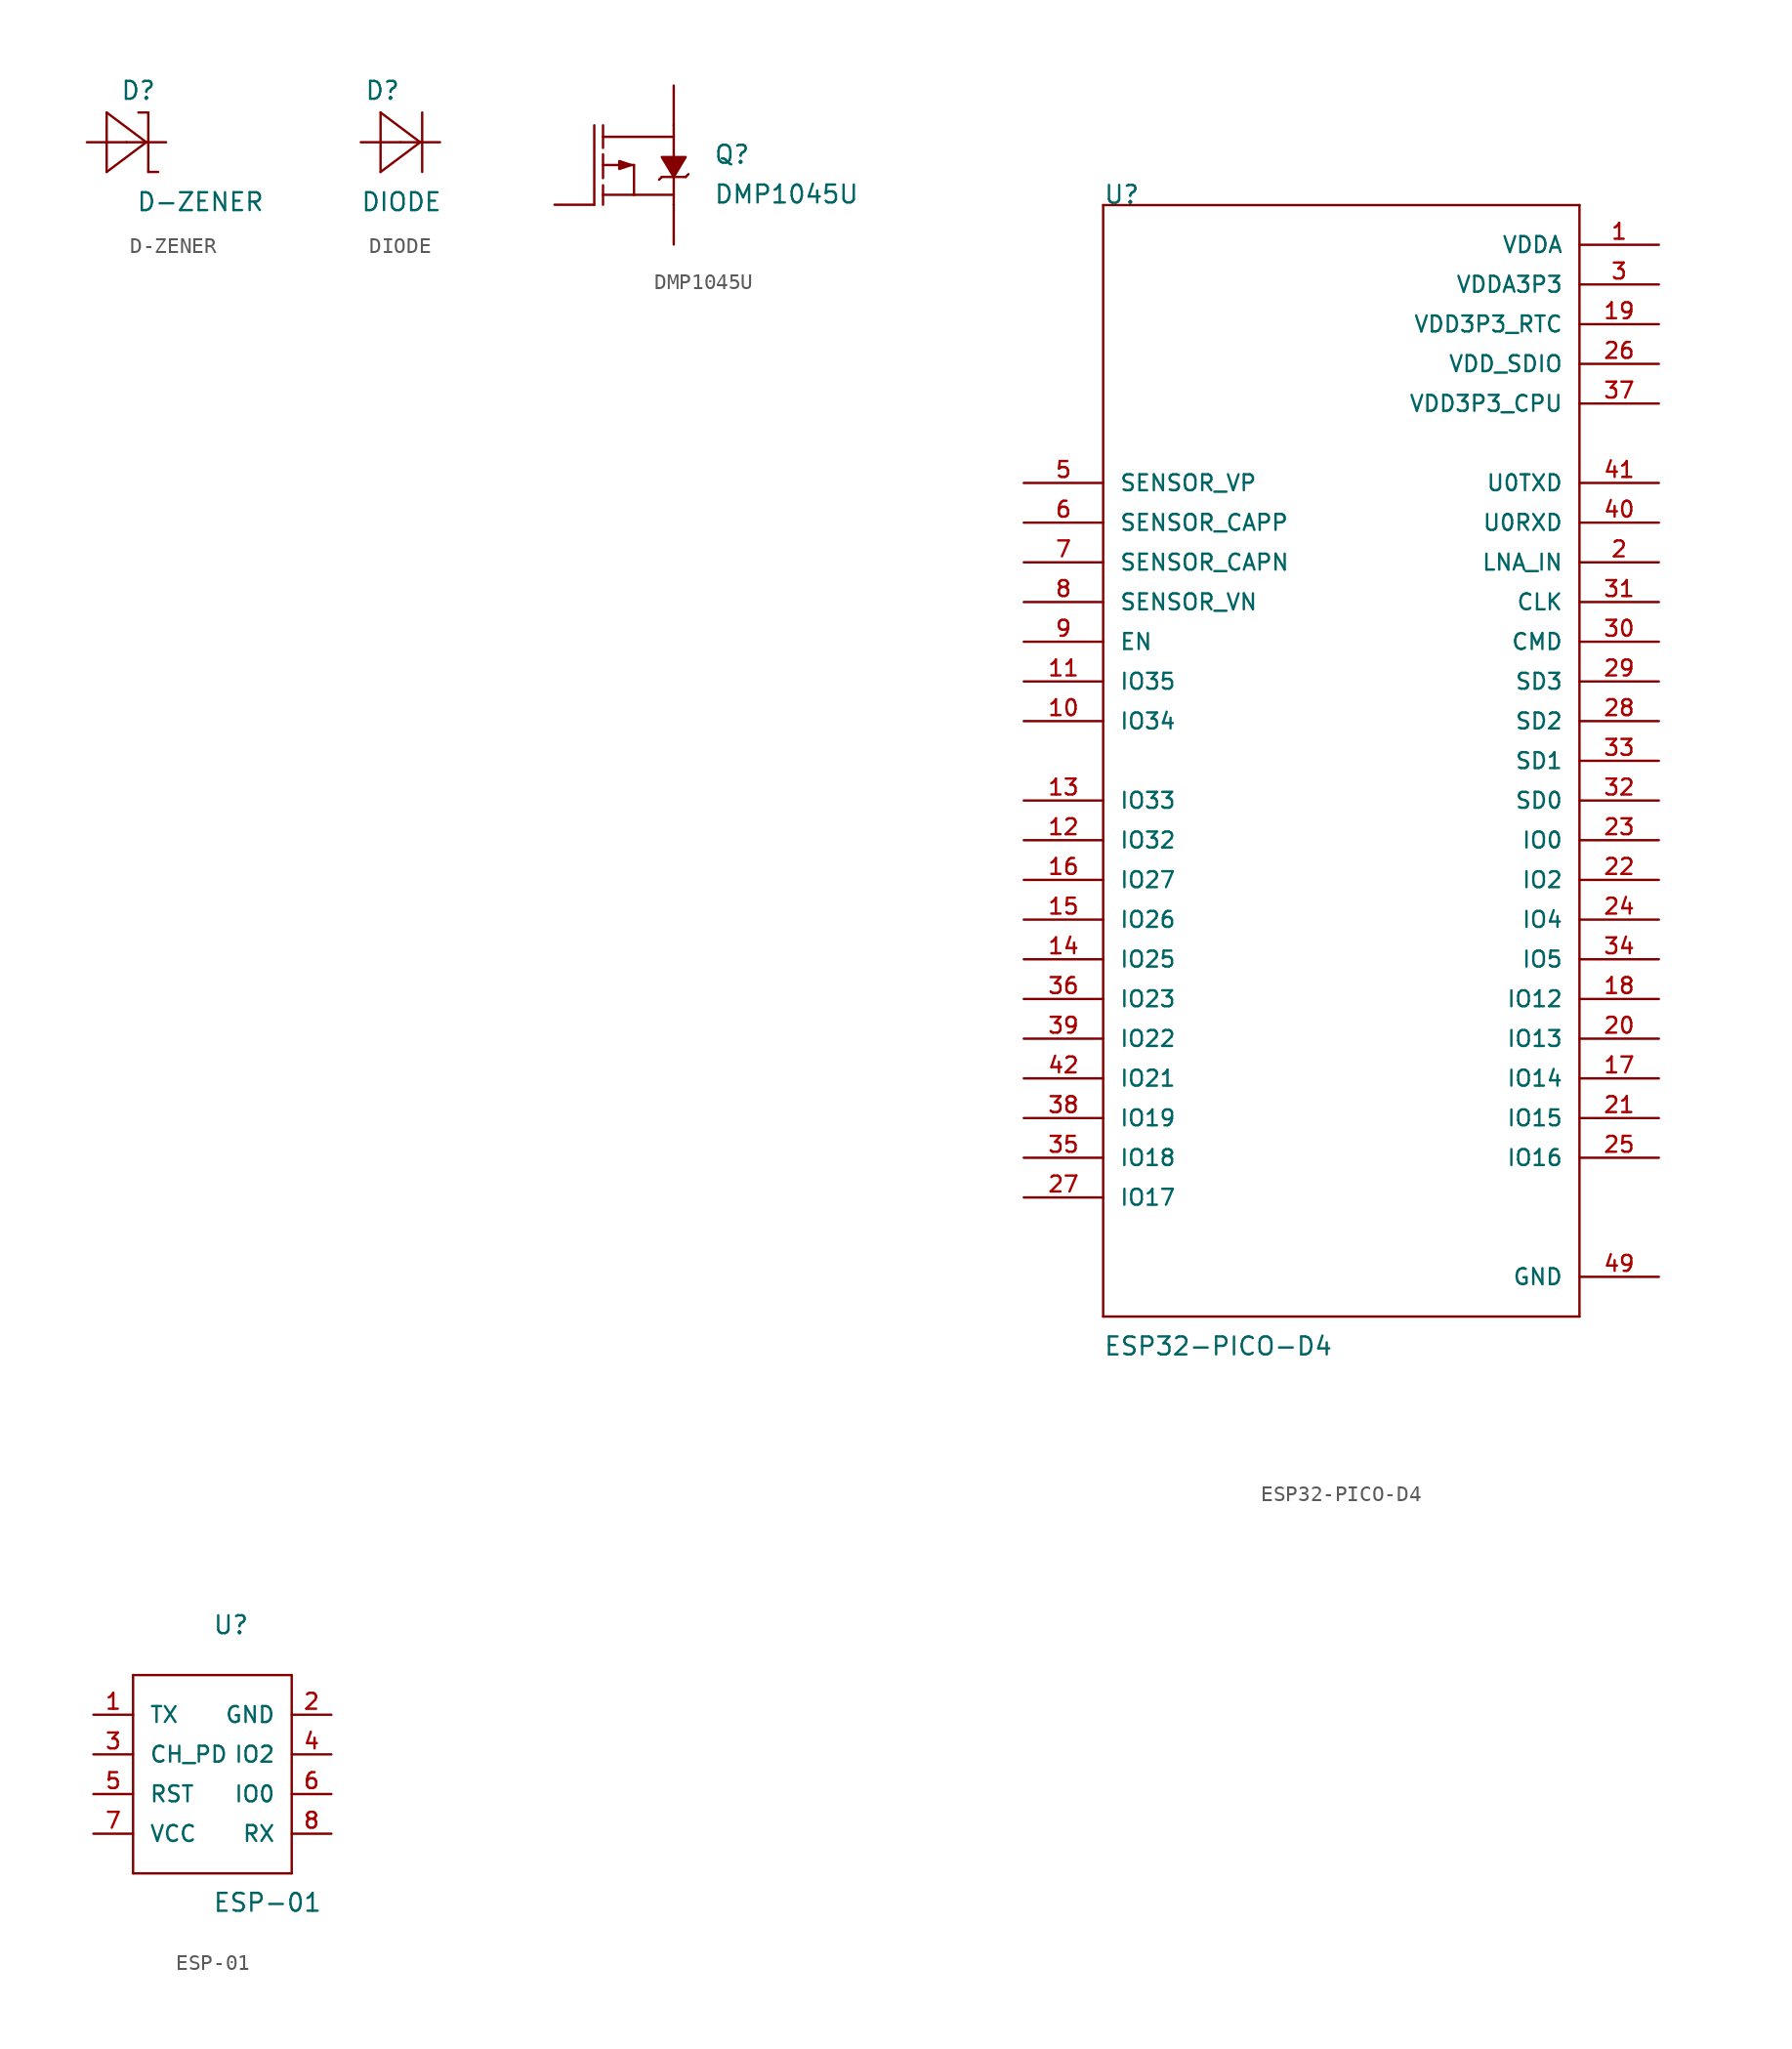
<source format=kicad_sym>
(kicad_symbol_lib
  (version 20211014)
  (generator kicad_symbol_editor)
  (symbol "D-ZENER"
    (pin_numbers hide)
    (pin_names
      (offset 1.016) hide)
    (property "Reference" "D"
      (at -0.406 2.642 0)
      (effects (font (size 1.143 1.143)) (justify left bottom)))
    (property "Value" "D-ZENER"
      (at 0.61 -4.496 0)
      (effects (font (size 1.143 1.143)) (justify left bottom)))
    (property "ki_locked" ""
      (at 0 0 0)
      (effects (font (size 1.27 1.27))))
    (symbol "D-ZENER_1_0"
      (polyline (pts (xy -1.27 -1.905) (xy 1.27 0)) (stroke (width 0) (type default) (color 0 0 0 0)) (fill (type none)))
      (polyline (pts (xy -1.27 1.905) (xy -1.27 -1.905)) (stroke (width 0) (type default) (color 0 0 0 0)) (fill (type none)))
      (polyline (pts (xy 1.27 0) (xy -1.27 1.905)) (stroke (width 0) (type default) (color 0 0 0 0)) (fill (type none)))
      (polyline (pts (xy 1.397 -1.905) (xy 2.032 -1.905)) (stroke (width 0) (type default) (color 0 0 0 0)) (fill (type none)))
      (polyline (pts (xy 1.397 1.905) (xy 0.762 1.905)) (stroke (width 0) (type default) (color 0 0 0 0)) (fill (type none)))
      (polyline (pts (xy 1.397 1.905) (xy 1.397 -1.905)) (stroke (width 0) (type default) (color 0 0 0 0)) (fill (type none))))
    (symbol "D-ZENER_1_1"
      (pin passive line (at -2.54 0 0) (length 2.54) (name "A" (effects (font (size 1.016 1.016)))) (number "A" (effects (font (size 1.016 1.016)))))
      (pin passive line (at 2.54 0 180) (length 2.54) (name "C" (effects (font (size 1.016 1.016)))) (number "C" (effects (font (size 1.016 1.016)))))))
  (symbol "DIODE"
    (pin_numbers hide)
    (pin_names
      (offset 1.016) hide)
    (property "Reference" "D"
      (at -2.311 2.642 0)
      (effects (font (size 1.143 1.143)) (justify left bottom)))
    (property "Value" "DIODE"
      (at -2.565 -4.496 0)
      (effects (font (size 1.143 1.143)) (justify left bottom)))
    (property "ki_locked" ""
      (at 0 0 0)
      (effects (font (size 1.27 1.27))))
    (symbol "DIODE_1_0"
      (polyline (pts (xy -1.27 -1.905) (xy 1.27 0)) (stroke (width 0) (type default) (color 0 0 0 0)) (fill (type none)))
      (polyline (pts (xy -1.27 1.905) (xy -1.27 -1.905)) (stroke (width 0) (type default) (color 0 0 0 0)) (fill (type none)))
      (polyline (pts (xy 1.27 0) (xy -1.27 1.905)) (stroke (width 0) (type default) (color 0 0 0 0)) (fill (type none)))
      (polyline (pts (xy 1.397 1.905) (xy 1.397 -1.905)) (stroke (width 0) (type default) (color 0 0 0 0)) (fill (type none))))
    (symbol "DIODE_1_1"
      (pin passive line (at -2.54 0 0) (length 2.54) (name "A" (effects (font (size 1.016 1.016)))) (number "A" (effects (font (size 1.016 1.016)))))
      (pin passive line (at 2.54 0 180) (length 2.54) (name "C" (effects (font (size 1.016 1.016)))) (number "C" (effects (font (size 1.016 1.016)))))))
  (symbol "DMP1045U"
    (pin_numbers hide)
    (pin_names
      (offset 1.016) hide)
    (property "Reference" "Q"
      (at 5.08 0 0)
      (effects (font (size 1.143 1.143)) (justify left bottom)))
    (property "Value" "DMP1045U"
      (at 5.08 -2.54 0)
      (effects (font (size 1.143 1.143)) (justify left bottom)))
    (property "ki_locked" ""
      (at 0 0 0)
      (effects (font (size 1.27 1.27))))
    (symbol "DMP1045U_1_0"
      (polyline (pts (xy -2.54 -2.54) (xy -2.54 2.54)) (stroke (width 0) (type default) (color 0 0 0 0)) (fill (type none)))
      (polyline (pts (xy -1.981 -1.905) (xy -1.981 -2.54)) (stroke (width 0) (type default) (color 0 0 0 0)) (fill (type none)))
      (polyline (pts (xy -1.981 -1.905) (xy 0 -1.905)) (stroke (width 0) (type default) (color 0 0 0 0)) (fill (type none)))
      (polyline (pts (xy -1.981 -1.295) (xy -1.981 -1.905)) (stroke (width 0) (type default) (color 0 0 0 0)) (fill (type none)))
      (polyline (pts (xy -1.981 0) (xy -1.981 -0.838)) (stroke (width 0) (type default) (color 0 0 0 0)) (fill (type none)))
      (polyline (pts (xy -1.981 0.686) (xy -1.981 0)) (stroke (width 0) (type default) (color 0 0 0 0)) (fill (type none)))
      (polyline (pts (xy -1.981 1.803) (xy -1.981 1.092)) (stroke (width 0) (type default) (color 0 0 0 0)) (fill (type none)))
      (polyline (pts (xy -1.981 1.803) (xy 2.54 1.803)) (stroke (width 0) (type default) (color 0 0 0 0)) (fill (type none)))
      (polyline (pts (xy -1.981 2.54) (xy -1.981 1.803)) (stroke (width 0) (type default) (color 0 0 0 0)) (fill (type none)))
      (polyline (pts (xy 0 -1.905) (xy 0 0)) (stroke (width 0) (type default) (color 0 0 0 0)) (fill (type none)))
      (polyline (pts (xy 0 0) (xy -1.981 0)) (stroke (width 0) (type default) (color 0 0 0 0)) (fill (type none)))
      (polyline (pts (xy 1.778 -0.762) (xy 1.6 -0.94)) (stroke (width 0) (type default) (color 0 0 0 0)) (fill (type none)))
      (polyline (pts (xy 1.778 -0.762) (xy 3.302 -0.762)) (stroke (width 0) (type default) (color 0 0 0 0)) (fill (type none)))
      (polyline (pts (xy 2.54 -2.54) (xy 2.54 -1.905)) (stroke (width 0) (type default) (color 0 0 0 0)) (fill (type none)))
      (polyline (pts (xy 2.54 -1.905) (xy 0 -1.905)) (stroke (width 0) (type default) (color 0 0 0 0)) (fill (type none)))
      (polyline (pts (xy 2.54 -1.905) (xy 2.54 -0.787)) (stroke (width 0) (type default) (color 0 0 0 0)) (fill (type none)))
      (polyline (pts (xy 2.54 1.803) (xy 2.54 0.584)) (stroke (width 0) (type default) (color 0 0 0 0)) (fill (type none)))
      (polyline (pts (xy 2.54 2.54) (xy 2.54 1.803)) (stroke (width 0) (type default) (color 0 0 0 0)) (fill (type none)))
      (polyline (pts (xy 3.48 -0.584) (xy 3.302 -0.762)) (stroke (width 0) (type default) (color 0 0 0 0)) (fill (type none))))
    (symbol "DMP1045U_1_1"
      (polyline (pts (xy -0.178 0) (xy -0.94 -0.254) (xy -0.94 -0.254) (xy -0.94 0.254) (xy -0.94 0.254) (xy -0.178 0)) (stroke (width 0) (type default) (color 0 0 0 0)) (fill (type outline)))
      (polyline (pts (xy 3.302 0.508) (xy 2.54 -0.762) (xy 2.54 -0.762) (xy 1.778 0.508) (xy 1.778 0.508) (xy 3.302 0.508)) (stroke (width 0) (type default) (color 0 0 0 0)) (fill (type outline)))
      (pin bidirectional line (at -5.08 -2.54 0) (length 2.54) (name "G" (effects (font (size 1.016 1.016)))) (number "1" (effects (font (size 1.016 1.016)))))
      (pin bidirectional line (at 2.54 -5.08 90) (length 2.54) (name "S" (effects (font (size 1.016 1.016)))) (number "2" (effects (font (size 1.016 1.016)))))
      (pin bidirectional line (at 2.54 5.08 270) (length 2.54) (name "D" (effects (font (size 1.016 1.016)))) (number "3" (effects (font (size 1.016 1.016)))))))
  (symbol "ESP32-PICO-D4"
    (pin_names
      (offset 1.016))
    (property "Reference" "U"
      (at -15.24 35.56 0)
      (effects (font (size 1.143 1.143)) (justify left bottom)))
    (property "Value" "ESP32-PICO-D4"
      (at -15.24 -38.125 0)
      (effects (font (size 1.143 1.143)) (justify left bottom)))
    (property "ki_locked" ""
      (at 0 0 0)
      (effects (font (size 1.27 1.27))))
    (symbol "ESP32-PICO-D4_1_0"
      (polyline (pts (xy -15.24 -35.56) (xy -15.24 35.56)) (stroke (width 0) (type default) (color 0 0 0 0)) (fill (type none)))
      (polyline (pts (xy -15.24 35.56) (xy 15.24 35.56)) (stroke (width 0) (type default) (color 0 0 0 0)) (fill (type none)))
      (polyline (pts (xy 15.24 -35.56) (xy -15.24 -35.56)) (stroke (width 0) (type default) (color 0 0 0 0)) (fill (type none)))
      (polyline (pts (xy 15.24 35.56) (xy 15.24 -35.56)) (stroke (width 0) (type default) (color 0 0 0 0)) (fill (type none))))
    (symbol "ESP32-PICO-D4_1_1"
      (pin power_in line (at 20.32 33.02 180) (length 5.08) (name "VDDA" (effects (font (size 1.016 1.016)))) (number "1" (effects (font (size 1.016 1.016)))))
      (pin input line (at -20.32 2.54 0) (length 5.08) (name "IO34" (effects (font (size 1.016 1.016)))) (number "10" (effects (font (size 1.016 1.016)))))
      (pin input line (at -20.32 5.08 0) (length 5.08) (name "IO35" (effects (font (size 1.016 1.016)))) (number "11" (effects (font (size 1.016 1.016)))))
      (pin bidirectional line (at -20.32 -5.08 0) (length 5.08) (name "IO32" (effects (font (size 1.016 1.016)))) (number "12" (effects (font (size 1.016 1.016)))))
      (pin bidirectional line (at -20.32 -2.54 0) (length 5.08) (name "IO33" (effects (font (size 1.016 1.016)))) (number "13" (effects (font (size 1.016 1.016)))))
      (pin bidirectional line (at -20.32 -12.7 0) (length 5.08) (name "IO25" (effects (font (size 1.016 1.016)))) (number "14" (effects (font (size 1.016 1.016)))))
      (pin bidirectional line (at -20.32 -10.16 0) (length 5.08) (name "IO26" (effects (font (size 1.016 1.016)))) (number "15" (effects (font (size 1.016 1.016)))))
      (pin bidirectional line (at -20.32 -7.62 0) (length 5.08) (name "IO27" (effects (font (size 1.016 1.016)))) (number "16" (effects (font (size 1.016 1.016)))))
      (pin bidirectional line (at 20.32 -20.32 180) (length 5.08) (name "IO14" (effects (font (size 1.016 1.016)))) (number "17" (effects (font (size 1.016 1.016)))))
      (pin bidirectional line (at 20.32 -15.24 180) (length 5.08) (name "IO12" (effects (font (size 1.016 1.016)))) (number "18" (effects (font (size 1.016 1.016)))))
      (pin power_in line (at 20.32 27.94 180) (length 5.08) (name "VDD3P3_RTC" (effects (font (size 1.016 1.016)))) (number "19" (effects (font (size 1.016 1.016)))))
      (pin bidirectional line (at 20.32 12.7 180) (length 5.08) (name "LNA_IN" (effects (font (size 1.016 1.016)))) (number "2" (effects (font (size 1.016 1.016)))))
      (pin bidirectional line (at 20.32 -17.78 180) (length 5.08) (name "IO13" (effects (font (size 1.016 1.016)))) (number "20" (effects (font (size 1.016 1.016)))))
      (pin bidirectional line (at 20.32 -22.86 180) (length 5.08) (name "IO15" (effects (font (size 1.016 1.016)))) (number "21" (effects (font (size 1.016 1.016)))))
      (pin bidirectional line (at 20.32 -7.62 180) (length 5.08) (name "IO2" (effects (font (size 1.016 1.016)))) (number "22" (effects (font (size 1.016 1.016)))))
      (pin bidirectional line (at 20.32 -5.08 180) (length 5.08) (name "IO0" (effects (font (size 1.016 1.016)))) (number "23" (effects (font (size 1.016 1.016)))))
      (pin bidirectional line (at 20.32 -10.16 180) (length 5.08) (name "IO4" (effects (font (size 1.016 1.016)))) (number "24" (effects (font (size 1.016 1.016)))))
      (pin bidirectional line (at 20.32 -25.4 180) (length 5.08) (name "IO16" (effects (font (size 1.016 1.016)))) (number "25" (effects (font (size 1.016 1.016)))))
      (pin power_in line (at 20.32 25.4 180) (length 5.08) (name "VDD_SDIO" (effects (font (size 1.016 1.016)))) (number "26" (effects (font (size 1.016 1.016)))))
      (pin bidirectional line (at -20.32 -27.94 0) (length 5.08) (name "IO17" (effects (font (size 1.016 1.016)))) (number "27" (effects (font (size 1.016 1.016)))))
      (pin bidirectional line (at 20.32 2.54 180) (length 5.08) (name "SD2" (effects (font (size 1.016 1.016)))) (number "28" (effects (font (size 1.016 1.016)))))
      (pin bidirectional line (at 20.32 5.08 180) (length 5.08) (name "SD3" (effects (font (size 1.016 1.016)))) (number "29" (effects (font (size 1.016 1.016)))))
      (pin power_in line (at 20.32 30.48 180) (length 5.08) (name "VDDA3P3" (effects (font (size 1.016 1.016)))) (number "3" (effects (font (size 1.016 1.016)))))
      (pin bidirectional line (at 20.32 7.62 180) (length 5.08) (name "CMD" (effects (font (size 1.016 1.016)))) (number "30" (effects (font (size 1.016 1.016)))))
      (pin bidirectional line (at 20.32 10.16 180) (length 5.08) (name "CLK" (effects (font (size 1.016 1.016)))) (number "31" (effects (font (size 1.016 1.016)))))
      (pin bidirectional line (at 20.32 -2.54 180) (length 5.08) (name "SD0" (effects (font (size 1.016 1.016)))) (number "32" (effects (font (size 1.016 1.016)))))
      (pin bidirectional line (at 20.32 0 180) (length 5.08) (name "SD1" (effects (font (size 1.016 1.016)))) (number "33" (effects (font (size 1.016 1.016)))))
      (pin bidirectional line (at 20.32 -12.7 180) (length 5.08) (name "IO5" (effects (font (size 1.016 1.016)))) (number "34" (effects (font (size 1.016 1.016)))))
      (pin bidirectional line (at -20.32 -25.4 0) (length 5.08) (name "IO18" (effects (font (size 1.016 1.016)))) (number "35" (effects (font (size 1.016 1.016)))))
      (pin bidirectional line (at -20.32 -15.24 0) (length 5.08) (name "IO23" (effects (font (size 1.016 1.016)))) (number "36" (effects (font (size 1.016 1.016)))))
      (pin power_in line (at 20.32 22.86 180) (length 5.08) (name "VDD3P3_CPU" (effects (font (size 1.016 1.016)))) (number "37" (effects (font (size 1.016 1.016)))))
      (pin bidirectional line (at -20.32 -22.86 0) (length 5.08) (name "IO19" (effects (font (size 1.016 1.016)))) (number "38" (effects (font (size 1.016 1.016)))))
      (pin bidirectional line (at -20.32 -17.78 0) (length 5.08) (name "IO22" (effects (font (size 1.016 1.016)))) (number "39" (effects (font (size 1.016 1.016)))))
      (pin power_in line (at 20.32 30.48 180) (length 5.08) hide (name "VDDA3P3" (effects (font (size 1.016 1.016)))) (number "4" (effects (font (size 1.016 1.016)))))
      (pin bidirectional line (at 20.32 15.24 180) (length 5.08) (name "U0RXD" (effects (font (size 1.016 1.016)))) (number "40" (effects (font (size 1.016 1.016)))))
      (pin bidirectional line (at 20.32 17.78 180) (length 5.08) (name "U0TXD" (effects (font (size 1.016 1.016)))) (number "41" (effects (font (size 1.016 1.016)))))
      (pin bidirectional line (at -20.32 -20.32 0) (length 5.08) (name "IO21" (effects (font (size 1.016 1.016)))) (number "42" (effects (font (size 1.016 1.016)))))
      (pin power_in line (at 20.32 33.02 180) (length 5.08) hide (name "VDDA" (effects (font (size 1.016 1.016)))) (number "43" (effects (font (size 1.016 1.016)))))
      (pin power_in line (at 20.32 33.02 180) (length 5.08) hide (name "VDDA" (effects (font (size 1.016 1.016)))) (number "46" (effects (font (size 1.016 1.016)))))
      (pin power_in line (at 20.32 -33.02 180) (length 5.08) (name "GND" (effects (font (size 1.016 1.016)))) (number "49" (effects (font (size 1.016 1.016)))))
      (pin input line (at -20.32 17.78 0) (length 5.08) (name "SENSOR_VP" (effects (font (size 1.016 1.016)))) (number "5" (effects (font (size 1.016 1.016)))))
      (pin input line (at -20.32 15.24 0) (length 5.08) (name "SENSOR_CAPP" (effects (font (size 1.016 1.016)))) (number "6" (effects (font (size 1.016 1.016)))))
      (pin input line (at -20.32 12.7 0) (length 5.08) (name "SENSOR_CAPN" (effects (font (size 1.016 1.016)))) (number "7" (effects (font (size 1.016 1.016)))))
      (pin input line (at -20.32 10.16 0) (length 5.08) (name "SENSOR_VN" (effects (font (size 1.016 1.016)))) (number "8" (effects (font (size 1.016 1.016)))))
      (pin input line (at -20.32 7.62 0) (length 5.08) (name "EN" (effects (font (size 1.016 1.016)))) (number "9" (effects (font (size 1.016 1.016)))))))
  (symbol "ESP-01"
    (pin_names
      (offset 1.016))
    (property "Reference" "U"
      (at -5.08 15.24 0)
      (effects (font (size 1.143 1.143)) (justify left bottom)))
    (property "Value" "ESP-01"
      (at -5.08 -2.54 0)
      (effects (font (size 1.143 1.143)) (justify left bottom)))
    (property "ki_locked" ""
      (at 0 0 0)
      (effects (font (size 1.27 1.27))))
    (symbol "ESP-01_1_0"
      (polyline (pts (xy -10.16 0) (xy -10.16 12.7)) (stroke (width 0) (type default) (color 0 0 0 0)) (fill (type none)))
      (polyline (pts (xy -10.16 12.7) (xy 0 12.7)) (stroke (width 0) (type default) (color 0 0 0 0)) (fill (type none)))
      (polyline (pts (xy 0 0) (xy -10.16 0)) (stroke (width 0) (type default) (color 0 0 0 0)) (fill (type none)))
      (polyline (pts (xy 0 12.7) (xy 0 0)) (stroke (width 0) (type default) (color 0 0 0 0)) (fill (type none))))
    (symbol "ESP-01_1_1"
      (pin bidirectional line (at -12.7 10.16 0) (length 2.54) (name "TX" (effects (font (size 1.016 1.016)))) (number "1" (effects (font (size 1.016 1.016)))))
      (pin power_in line (at 2.54 10.16 180) (length 2.54) (name "GND" (effects (font (size 1.016 1.016)))) (number "2" (effects (font (size 1.016 1.016)))))
      (pin passive line (at -12.7 7.62 0) (length 2.54) (name "CH_PD" (effects (font (size 1.016 1.016)))) (number "3" (effects (font (size 1.016 1.016)))))
      (pin bidirectional line (at 2.54 7.62 180) (length 2.54) (name "IO2" (effects (font (size 1.016 1.016)))) (number "4" (effects (font (size 1.016 1.016)))))
      (pin passive line (at -12.7 5.08 0) (length 2.54) (name "RST" (effects (font (size 1.016 1.016)))) (number "5" (effects (font (size 1.016 1.016)))))
      (pin bidirectional line (at 2.54 5.08 180) (length 2.54) (name "IO0" (effects (font (size 1.016 1.016)))) (number "6" (effects (font (size 1.016 1.016)))))
      (pin power_in line (at -12.7 2.54 0) (length 2.54) (name "VCC" (effects (font (size 1.016 1.016)))) (number "7" (effects (font (size 1.016 1.016)))))
      (pin bidirectional line (at 2.54 2.54 180) (length 2.54) (name "RX" (effects (font (size 1.016 1.016)))) (number "8" (effects (font (size 1.016 1.016))))))))
</source>
